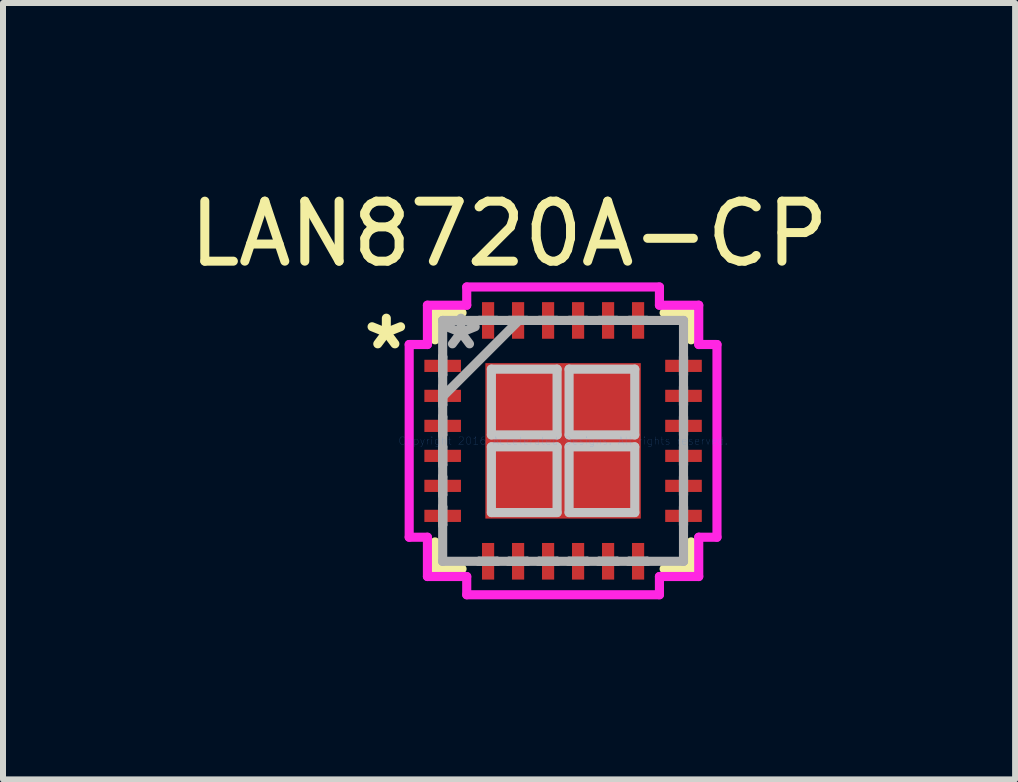
<source format=kicad_pcb>
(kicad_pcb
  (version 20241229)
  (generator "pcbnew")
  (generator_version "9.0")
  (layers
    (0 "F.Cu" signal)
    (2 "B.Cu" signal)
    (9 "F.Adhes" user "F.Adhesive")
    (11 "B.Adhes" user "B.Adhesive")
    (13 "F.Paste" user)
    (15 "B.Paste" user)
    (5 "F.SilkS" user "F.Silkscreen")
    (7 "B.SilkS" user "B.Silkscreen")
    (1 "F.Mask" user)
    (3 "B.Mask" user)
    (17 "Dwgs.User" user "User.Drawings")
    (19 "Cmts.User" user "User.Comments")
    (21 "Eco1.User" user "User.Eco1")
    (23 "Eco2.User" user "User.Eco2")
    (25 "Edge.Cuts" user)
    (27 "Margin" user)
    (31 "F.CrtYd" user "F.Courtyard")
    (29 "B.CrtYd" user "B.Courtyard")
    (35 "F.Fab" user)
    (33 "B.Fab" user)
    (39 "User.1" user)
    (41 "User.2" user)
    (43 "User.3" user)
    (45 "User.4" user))
  (footprint "LAN8720A-CP"
    (layer "F.Cu")
    (at 6.335 4.298)
    (property "Reference" "LAN8720A-CP" (at -0.9 -3.45 0) (layer "F.SilkS") (effects (font (size 1 1) (thickness 0.15))))
    (attr through_hole)
    (fp_line (start -2.134 -2.134) (end -2.134 -1.684) (stroke (width 0.152) (type solid)) (layer "F.SilkS"))
    (fp_line (start -2.134 1.684) (end -2.134 2.134) (stroke (width 0.152) (type solid)) (layer "F.SilkS"))
    (fp_line (start -2.134 2.134) (end -1.684 2.134) (stroke (width 0.152) (type solid)) (layer "F.SilkS"))
    (fp_line (start -1.684 -2.134) (end -2.134 -2.134) (stroke (width 0.152) (type solid)) (layer "F.SilkS"))
    (fp_line (start 1.684 2.134) (end 2.134 2.134) (stroke (width 0.152) (type solid)) (layer "F.SilkS"))
    (fp_line (start 2.134 -2.134) (end 1.684 -2.134) (stroke (width 0.152) (type solid)) (layer "F.SilkS"))
    (fp_line (start 2.134 -1.684) (end 2.134 -2.134) (stroke (width 0.152) (type solid)) (layer "F.SilkS"))
    (fp_line (start 2.134 2.134) (end 2.134 1.684) (stroke (width 0.152) (type solid)) (layer "F.SilkS"))
    (fp_line (start -1.195 -1.195) (end -1.195 -0.1) (stroke (width 0.152) (type solid)) (layer "Dwgs.User"))
    (fp_line (start -1.195 -0.1) (end -0.1 -0.1) (stroke (width 0.152) (type solid)) (layer "Dwgs.User"))
    (fp_line (start -1.195 0.1) (end -1.195 1.195) (stroke (width 0.152) (type solid)) (layer "Dwgs.User"))
    (fp_line (start -1.195 1.195) (end -0.1 1.195) (stroke (width 0.152) (type solid)) (layer "Dwgs.User"))
    (fp_line (start -0.1 -1.195) (end -1.195 -1.195) (stroke (width 0.152) (type solid)) (layer "Dwgs.User"))
    (fp_line (start -0.1 -0.1) (end -0.1 -1.195) (stroke (width 0.152) (type solid)) (layer "Dwgs.User"))
    (fp_line (start -0.1 0.1) (end -1.195 0.1) (stroke (width 0.152) (type solid)) (layer "Dwgs.User"))
    (fp_line (start -0.1 1.195) (end -0.1 0.1) (stroke (width 0.152) (type solid)) (layer "Dwgs.User"))
    (fp_line (start 0.1 -1.195) (end 0.1 -0.1) (stroke (width 0.152) (type solid)) (layer "Dwgs.User"))
    (fp_line (start 0.1 -0.1) (end 1.195 -0.1) (stroke (width 0.152) (type solid)) (layer "Dwgs.User"))
    (fp_line (start 0.1 0.1) (end 0.1 1.195) (stroke (width 0.152) (type solid)) (layer "Dwgs.User"))
    (fp_line (start 0.1 1.195) (end 1.195 1.195) (stroke (width 0.152) (type solid)) (layer "Dwgs.User"))
    (fp_line (start 1.195 -1.195) (end 0.1 -1.195) (stroke (width 0.152) (type solid)) (layer "Dwgs.User"))
    (fp_line (start 1.195 -0.1) (end 1.195 -1.195) (stroke (width 0.152) (type solid)) (layer "Dwgs.User"))
    (fp_line (start 1.195 0.1) (end 0.1 0.1) (stroke (width 0.152) (type solid)) (layer "Dwgs.User"))
    (fp_line (start 1.195 1.195) (end 1.195 0.1) (stroke (width 0.152) (type solid)) (layer "Dwgs.User"))
    (fp_line (start -2.565 -1.606) (end -2.261 -1.606) (stroke (width 0.152) (type solid)) (layer "F.CrtYd"))
    (fp_line (start -2.565 1.606) (end -2.565 -1.606) (stroke (width 0.152) (type solid)) (layer "F.CrtYd"))
    (fp_line (start -2.261 -2.261) (end -1.606 -2.261) (stroke (width 0.152) (type solid)) (layer "F.CrtYd"))
    (fp_line (start -2.261 -1.606) (end -2.261 -2.261) (stroke (width 0.152) (type solid)) (layer "F.CrtYd"))
    (fp_line (start -2.261 1.606) (end -2.565 1.606) (stroke (width 0.152) (type solid)) (layer "F.CrtYd"))
    (fp_line (start -2.261 2.261) (end -2.261 1.606) (stroke (width 0.152) (type solid)) (layer "F.CrtYd"))
    (fp_line (start -1.606 -2.565) (end 1.606 -2.565) (stroke (width 0.152) (type solid)) (layer "F.CrtYd"))
    (fp_line (start -1.606 -2.261) (end -1.606 -2.565) (stroke (width 0.152) (type solid)) (layer "F.CrtYd"))
    (fp_line (start -1.606 2.261) (end -2.261 2.261) (stroke (width 0.152) (type solid)) (layer "F.CrtYd"))
    (fp_line (start -1.606 2.565) (end -1.606 2.261) (stroke (width 0.152) (type solid)) (layer "F.CrtYd"))
    (fp_line (start 1.606 -2.565) (end 1.606 -2.261) (stroke (width 0.152) (type solid)) (layer "F.CrtYd"))
    (fp_line (start 1.606 -2.261) (end 2.261 -2.261) (stroke (width 0.152) (type solid)) (layer "F.CrtYd"))
    (fp_line (start 1.606 2.261) (end 1.606 2.565) (stroke (width 0.152) (type solid)) (layer "F.CrtYd"))
    (fp_line (start 1.606 2.565) (end -1.606 2.565) (stroke (width 0.152) (type solid)) (layer "F.CrtYd"))
    (fp_line (start 2.261 -2.261) (end 2.261 -1.606) (stroke (width 0.152) (type solid)) (layer "F.CrtYd"))
    (fp_line (start 2.261 -1.606) (end 2.565 -1.606) (stroke (width 0.152) (type solid)) (layer "F.CrtYd"))
    (fp_line (start 2.261 1.606) (end 2.261 2.261) (stroke (width 0.152) (type solid)) (layer "F.CrtYd"))
    (fp_line (start 2.261 2.261) (end 1.606 2.261) (stroke (width 0.152) (type solid)) (layer "F.CrtYd"))
    (fp_line (start 2.565 -1.606) (end 2.565 1.606) (stroke (width 0.152) (type solid)) (layer "F.CrtYd"))
    (fp_line (start 2.565 1.606) (end 2.261 1.606) (stroke (width 0.152) (type solid)) (layer "F.CrtYd"))
    (fp_line (start -2.007 -2.007) (end -2.007 -2.007) (stroke (width 0.152) (type solid)) (layer "F.Fab"))
    (fp_line (start -2.007 -2.007) (end -2.007 2.007) (stroke (width 0.152) (type solid)) (layer "F.Fab"))
    (fp_line (start -2.007 -1.402) (end -2.007 -1.402) (stroke (width 0.152) (type solid)) (layer "F.Fab"))
    (fp_line (start -2.007 -1.402) (end -2.007 -1.098) (stroke (width 0.152) (type solid)) (layer "F.Fab"))
    (fp_line (start -2.007 -1.098) (end -2.007 -1.402) (stroke (width 0.152) (type solid)) (layer "F.Fab"))
    (fp_line (start -2.007 -1.098) (end -2.007 -1.098) (stroke (width 0.152) (type solid)) (layer "F.Fab"))
    (fp_line (start -2.007 -0.902) (end -2.007 -0.902) (stroke (width 0.152) (type solid)) (layer "F.Fab"))
    (fp_line (start -2.007 -0.902) (end -2.007 -0.598) (stroke (width 0.152) (type solid)) (layer "F.Fab"))
    (fp_line (start -2.007 -0.737) (end -0.737 -2.007) (stroke (width 0.152) (type solid)) (layer "F.Fab"))
    (fp_line (start -2.007 -0.598) (end -2.007 -0.902) (stroke (width 0.152) (type solid)) (layer "F.Fab"))
    (fp_line (start -2.007 -0.598) (end -2.007 -0.598) (stroke (width 0.152) (type solid)) (layer "F.Fab"))
    (fp_line (start -2.007 -0.402) (end -2.007 -0.402) (stroke (width 0.152) (type solid)) (layer "F.Fab"))
    (fp_line (start -2.007 -0.402) (end -2.007 -0.098) (stroke (width 0.152) (type solid)) (layer "F.Fab"))
    (fp_line (start -2.007 -0.098) (end -2.007 -0.402) (stroke (width 0.152) (type solid)) (layer "F.Fab"))
    (fp_line (start -2.007 -0.098) (end -2.007 -0.098) (stroke (width 0.152) (type solid)) (layer "F.Fab"))
    (fp_line (start -2.007 0.098) (end -2.007 0.098) (stroke (width 0.152) (type solid)) (layer "F.Fab"))
    (fp_line (start -2.007 0.098) (end -2.007 0.402) (stroke (width 0.152) (type solid)) (layer "F.Fab"))
    (fp_line (start -2.007 0.402) (end -2.007 0.098) (stroke (width 0.152) (type solid)) (layer "F.Fab"))
    (fp_line (start -2.007 0.402) (end -2.007 0.402) (stroke (width 0.152) (type solid)) (layer "F.Fab"))
    (fp_line (start -2.007 0.598) (end -2.007 0.598) (stroke (width 0.152) (type solid)) (layer "F.Fab"))
    (fp_line (start -2.007 0.598) (end -2.007 0.902) (stroke (width 0.152) (type solid)) (layer "F.Fab"))
    (fp_line (start -2.007 0.902) (end -2.007 0.598) (stroke (width 0.152) (type solid)) (layer "F.Fab"))
    (fp_line (start -2.007 0.902) (end -2.007 0.902) (stroke (width 0.152) (type solid)) (layer "F.Fab"))
    (fp_line (start -2.007 1.098) (end -2.007 1.098) (stroke (width 0.152) (type solid)) (layer "F.Fab"))
    (fp_line (start -2.007 1.098) (end -2.007 1.402) (stroke (width 0.152) (type solid)) (layer "F.Fab"))
    (fp_line (start -2.007 1.402) (end -2.007 1.098) (stroke (width 0.152) (type solid)) (layer "F.Fab"))
    (fp_line (start -2.007 1.402) (end -2.007 1.402) (stroke (width 0.152) (type solid)) (layer "F.Fab"))
    (fp_line (start -2.007 2.007) (end -2.007 2.007) (stroke (width 0.152) (type solid)) (layer "F.Fab"))
    (fp_line (start -2.007 2.007) (end 2.007 2.007) (stroke (width 0.152) (type solid)) (layer "F.Fab"))
    (fp_line (start -1.402 -2.007) (end -1.402 -2.007) (stroke (width 0.152) (type solid)) (layer "F.Fab"))
    (fp_line (start -1.402 -2.007) (end -1.098 -2.007) (stroke (width 0.152) (type solid)) (layer "F.Fab"))
    (fp_line (start -1.402 2.007) (end -1.402 2.007) (stroke (width 0.152) (type solid)) (layer "F.Fab"))
    (fp_line (start -1.402 2.007) (end -1.098 2.007) (stroke (width 0.152) (type solid)) (layer "F.Fab"))
    (fp_line (start -1.098 -2.007) (end -1.402 -2.007) (stroke (width 0.152) (type solid)) (layer "F.Fab"))
    (fp_line (start -1.098 -2.007) (end -1.098 -2.007) (stroke (width 0.152) (type solid)) (layer "F.Fab"))
    (fp_line (start -1.098 2.007) (end -1.402 2.007) (stroke (width 0.152) (type solid)) (layer "F.Fab"))
    (fp_line (start -1.098 2.007) (end -1.098 2.007) (stroke (width 0.152) (type solid)) (layer "F.Fab"))
    (fp_line (start -0.902 -2.007) (end -0.902 -2.007) (stroke (width 0.152) (type solid)) (layer "F.Fab"))
    (fp_line (start -0.902 -2.007) (end -0.598 -2.007) (stroke (width 0.152) (type solid)) (layer "F.Fab"))
    (fp_line (start -0.902 2.007) (end -0.902 2.007) (stroke (width 0.152) (type solid)) (layer "F.Fab"))
    (fp_line (start -0.902 2.007) (end -0.598 2.007) (stroke (width 0.152) (type solid)) (layer "F.Fab"))
    (fp_line (start -0.598 -2.007) (end -0.902 -2.007) (stroke (width 0.152) (type solid)) (layer "F.Fab"))
    (fp_line (start -0.598 -2.007) (end -0.598 -2.007) (stroke (width 0.152) (type solid)) (layer "F.Fab"))
    (fp_line (start -0.598 2.007) (end -0.902 2.007) (stroke (width 0.152) (type solid)) (layer "F.Fab"))
    (fp_line (start -0.598 2.007) (end -0.598 2.007) (stroke (width 0.152) (type solid)) (layer "F.Fab"))
    (fp_line (start -0.402 -2.007) (end -0.402 -2.007) (stroke (width 0.152) (type solid)) (layer "F.Fab"))
    (fp_line (start -0.402 -2.007) (end -0.098 -2.007) (stroke (width 0.152) (type solid)) (layer "F.Fab"))
    (fp_line (start -0.402 2.007) (end -0.402 2.007) (stroke (width 0.152) (type solid)) (layer "F.Fab"))
    (fp_line (start -0.402 2.007) (end -0.098 2.007) (stroke (width 0.152) (type solid)) (layer "F.Fab"))
    (fp_line (start -0.098 -2.007) (end -0.402 -2.007) (stroke (width 0.152) (type solid)) (layer "F.Fab"))
    (fp_line (start -0.098 -2.007) (end -0.098 -2.007) (stroke (width 0.152) (type solid)) (layer "F.Fab"))
    (fp_line (start -0.098 2.007) (end -0.402 2.007) (stroke (width 0.152) (type solid)) (layer "F.Fab"))
    (fp_line (start -0.098 2.007) (end -0.098 2.007) (stroke (width 0.152) (type solid)) (layer "F.Fab"))
    (fp_line (start 0.098 -2.007) (end 0.098 -2.007) (stroke (width 0.152) (type solid)) (layer "F.Fab"))
    (fp_line (start 0.098 -2.007) (end 0.402 -2.007) (stroke (width 0.152) (type solid)) (layer "F.Fab"))
    (fp_line (start 0.098 2.007) (end 0.098 2.007) (stroke (width 0.152) (type solid)) (layer "F.Fab"))
    (fp_line (start 0.098 2.007) (end 0.402 2.007) (stroke (width 0.152) (type solid)) (layer "F.Fab"))
    (fp_line (start 0.402 -2.007) (end 0.098 -2.007) (stroke (width 0.152) (type solid)) (layer "F.Fab"))
    (fp_line (start 0.402 -2.007) (end 0.402 -2.007) (stroke (width 0.152) (type solid)) (layer "F.Fab"))
    (fp_line (start 0.402 2.007) (end 0.098 2.007) (stroke (width 0.152) (type solid)) (layer "F.Fab"))
    (fp_line (start 0.402 2.007) (end 0.402 2.007) (stroke (width 0.152) (type solid)) (layer "F.Fab"))
    (fp_line (start 0.598 -2.007) (end 0.598 -2.007) (stroke (width 0.152) (type solid)) (layer "F.Fab"))
    (fp_line (start 0.598 -2.007) (end 0.902 -2.007) (stroke (width 0.152) (type solid)) (layer "F.Fab"))
    (fp_line (start 0.598 2.007) (end 0.598 2.007) (stroke (width 0.152) (type solid)) (layer "F.Fab"))
    (fp_line (start 0.598 2.007) (end 0.902 2.007) (stroke (width 0.152) (type solid)) (layer "F.Fab"))
    (fp_line (start 0.902 -2.007) (end 0.598 -2.007) (stroke (width 0.152) (type solid)) (layer "F.Fab"))
    (fp_line (start 0.902 -2.007) (end 0.902 -2.007) (stroke (width 0.152) (type solid)) (layer "F.Fab"))
    (fp_line (start 0.902 2.007) (end 0.598 2.007) (stroke (width 0.152) (type solid)) (layer "F.Fab"))
    (fp_line (start 0.902 2.007) (end 0.902 2.007) (stroke (width 0.152) (type solid)) (layer "F.Fab"))
    (fp_line (start 1.098 -2.007) (end 1.098 -2.007) (stroke (width 0.152) (type solid)) (layer "F.Fab"))
    (fp_line (start 1.098 -2.007) (end 1.402 -2.007) (stroke (width 0.152) (type solid)) (layer "F.Fab"))
    (fp_line (start 1.098 2.007) (end 1.098 2.007) (stroke (width 0.152) (type solid)) (layer "F.Fab"))
    (fp_line (start 1.098 2.007) (end 1.402 2.007) (stroke (width 0.152) (type solid)) (layer "F.Fab"))
    (fp_line (start 1.402 -2.007) (end 1.098 -2.007) (stroke (width 0.152) (type solid)) (layer "F.Fab"))
    (fp_line (start 1.402 -2.007) (end 1.402 -2.007) (stroke (width 0.152) (type solid)) (layer "F.Fab"))
    (fp_line (start 1.402 2.007) (end 1.098 2.007) (stroke (width 0.152) (type solid)) (layer "F.Fab"))
    (fp_line (start 1.402 2.007) (end 1.402 2.007) (stroke (width 0.152) (type solid)) (layer "F.Fab"))
    (fp_line (start 2.007 -2.007) (end -2.007 -2.007) (stroke (width 0.152) (type solid)) (layer "F.Fab"))
    (fp_line (start 2.007 -2.007) (end 2.007 -2.007) (stroke (width 0.152) (type solid)) (layer "F.Fab"))
    (fp_line (start 2.007 -1.402) (end 2.007 -1.402) (stroke (width 0.152) (type solid)) (layer "F.Fab"))
    (fp_line (start 2.007 -1.402) (end 2.007 -1.098) (stroke (width 0.152) (type solid)) (layer "F.Fab"))
    (fp_line (start 2.007 -1.098) (end 2.007 -1.402) (stroke (width 0.152) (type solid)) (layer "F.Fab"))
    (fp_line (start 2.007 -1.098) (end 2.007 -1.098) (stroke (width 0.152) (type solid)) (layer "F.Fab"))
    (fp_line (start 2.007 -0.902) (end 2.007 -0.902) (stroke (width 0.152) (type solid)) (layer "F.Fab"))
    (fp_line (start 2.007 -0.902) (end 2.007 -0.598) (stroke (width 0.152) (type solid)) (layer "F.Fab"))
    (fp_line (start 2.007 -0.598) (end 2.007 -0.902) (stroke (width 0.152) (type solid)) (layer "F.Fab"))
    (fp_line (start 2.007 -0.598) (end 2.007 -0.598) (stroke (width 0.152) (type solid)) (layer "F.Fab"))
    (fp_line (start 2.007 -0.402) (end 2.007 -0.402) (stroke (width 0.152) (type solid)) (layer "F.Fab"))
    (fp_line (start 2.007 -0.402) (end 2.007 -0.098) (stroke (width 0.152) (type solid)) (layer "F.Fab"))
    (fp_line (start 2.007 -0.098) (end 2.007 -0.402) (stroke (width 0.152) (type solid)) (layer "F.Fab"))
    (fp_line (start 2.007 -0.098) (end 2.007 -0.098) (stroke (width 0.152) (type solid)) (layer "F.Fab"))
    (fp_line (start 2.007 0.098) (end 2.007 0.098) (stroke (width 0.152) (type solid)) (layer "F.Fab"))
    (fp_line (start 2.007 0.098) (end 2.007 0.402) (stroke (width 0.152) (type solid)) (layer "F.Fab"))
    (fp_line (start 2.007 0.402) (end 2.007 0.098) (stroke (width 0.152) (type solid)) (layer "F.Fab"))
    (fp_line (start 2.007 0.402) (end 2.007 0.402) (stroke (width 0.152) (type solid)) (layer "F.Fab"))
    (fp_line (start 2.007 0.598) (end 2.007 0.598) (stroke (width 0.152) (type solid)) (layer "F.Fab"))
    (fp_line (start 2.007 0.598) (end 2.007 0.902) (stroke (width 0.152) (type solid)) (layer "F.Fab"))
    (fp_line (start 2.007 0.902) (end 2.007 0.598) (stroke (width 0.152) (type solid)) (layer "F.Fab"))
    (fp_line (start 2.007 0.902) (end 2.007 0.902) (stroke (width 0.152) (type solid)) (layer "F.Fab"))
    (fp_line (start 2.007 1.098) (end 2.007 1.098) (stroke (width 0.152) (type solid)) (layer "F.Fab"))
    (fp_line (start 2.007 1.098) (end 2.007 1.402) (stroke (width 0.152) (type solid)) (layer "F.Fab"))
    (fp_line (start 2.007 1.402) (end 2.007 1.098) (stroke (width 0.152) (type solid)) (layer "F.Fab"))
    (fp_line (start 2.007 1.402) (end 2.007 1.402) (stroke (width 0.152) (type solid)) (layer "F.Fab"))
    (fp_line (start 2.007 2.007) (end 2.007 -2.007) (stroke (width 0.152) (type solid)) (layer "F.Fab"))
    (fp_line (start 2.007 2.007) (end 2.007 2.007) (stroke (width 0.152) (type solid)) (layer "F.Fab"))
    (fp_text user "*" (at -2.946 -1.5 0) (layer "F.SilkS") (effects (font (size 1 1) (thickness 0.15))))
    (fp_text user "Copyright 2016 Accelerated Designs. All rights reserved." (at 0 0 0) (layer "Cmts.User") (effects (font (size 0.127 0.127) (thickness 0.002))))
    (fp_text user "*" (at -1.702 -1.5 0) (layer "F.Fab") (effects (font (size 1 1) (thickness 0.15))))
    (pad "1" smd rect (at -2.007 -1.25 90) (size 0.203 0.61) (layers "F.Cu" "F.Mask" "F.Paste"))
    (pad "2" smd rect (at -2.007 -0.75 90) (size 0.203 0.61) (layers "F.Cu" "F.Mask" "F.Paste"))
    (pad "3" smd rect (at -2.007 -0.25 90) (size 0.203 0.61) (layers "F.Cu" "F.Mask" "F.Paste"))
    (pad "4" smd rect (at -2.007 0.25 90) (size 0.203 0.61) (layers "F.Cu" "F.Mask" "F.Paste"))
    (pad "5" smd rect (at -2.007 0.75 90) (size 0.203 0.61) (layers "F.Cu" "F.Mask" "F.Paste"))
    (pad "6" smd rect (at -2.007 1.25 90) (size 0.203 0.61) (layers "F.Cu" "F.Mask" "F.Paste"))
    (pad "7" smd rect (at -1.25 2.007) (size 0.203 0.61) (layers "F.Cu" "F.Mask" "F.Paste"))
    (pad "8" smd rect (at -0.75 2.007) (size 0.203 0.61) (layers "F.Cu" "F.Mask" "F.Paste"))
    (pad "9" smd rect (at -0.25 2.007) (size 0.203 0.61) (layers "F.Cu" "F.Mask" "F.Paste"))
    (pad "10" smd rect (at 0.25 2.007) (size 0.203 0.61) (layers "F.Cu" "F.Mask" "F.Paste"))
    (pad "11" smd rect (at 0.75 2.007) (size 0.203 0.61) (layers "F.Cu" "F.Mask" "F.Paste"))
    (pad "12" smd rect (at 1.25 2.007) (size 0.203 0.61) (layers "F.Cu" "F.Mask" "F.Paste"))
    (pad "13" smd rect (at 2.007 1.25 90) (size 0.203 0.61) (layers "F.Cu" "F.Mask" "F.Paste"))
    (pad "14" smd rect (at 2.007 0.75 90) (size 0.203 0.61) (layers "F.Cu" "F.Mask" "F.Paste"))
    (pad "15" smd rect (at 2.007 0.25 90) (size 0.203 0.61) (layers "F.Cu" "F.Mask" "F.Paste"))
    (pad "16" smd rect (at 2.007 -0.25 90) (size 0.203 0.61) (layers "F.Cu" "F.Mask" "F.Paste"))
    (pad "17" smd rect (at 2.007 -0.75 90) (size 0.203 0.61) (layers "F.Cu" "F.Mask" "F.Paste"))
    (pad "18" smd rect (at 2.007 -1.25 90) (size 0.203 0.61) (layers "F.Cu" "F.Mask" "F.Paste"))
    (pad "19" smd rect (at 1.25 -2.007) (size 0.203 0.61) (layers "F.Cu" "F.Mask" "F.Paste"))
    (pad "20" smd rect (at 0.75 -2.007) (size 0.203 0.61) (layers "F.Cu" "F.Mask" "F.Paste"))
    (pad "21" smd rect (at 0.25 -2.007) (size 0.203 0.61) (layers "F.Cu" "F.Mask" "F.Paste"))
    (pad "22" smd rect (at -0.25 -2.007) (size 0.203 0.61) (layers "F.Cu" "F.Mask" "F.Paste"))
    (pad "23" smd rect (at -0.75 -2.007) (size 0.203 0.61) (layers "F.Cu" "F.Mask" "F.Paste"))
    (pad "24" smd rect (at -1.25 -2.007) (size 0.203 0.61) (layers "F.Cu" "F.Mask" "F.Paste"))
    (pad "25" smd rect (at 0 0) (size 2.591 2.591) (layers "F.Cu" "F.Mask" "F.Paste")))
  (gr_rect
    (start -3 -3)
    (end 13.869 9.94)
    (stroke (width 0.1) (type default))
    (fill no)
    (layer "Edge.Cuts")))
</source>
